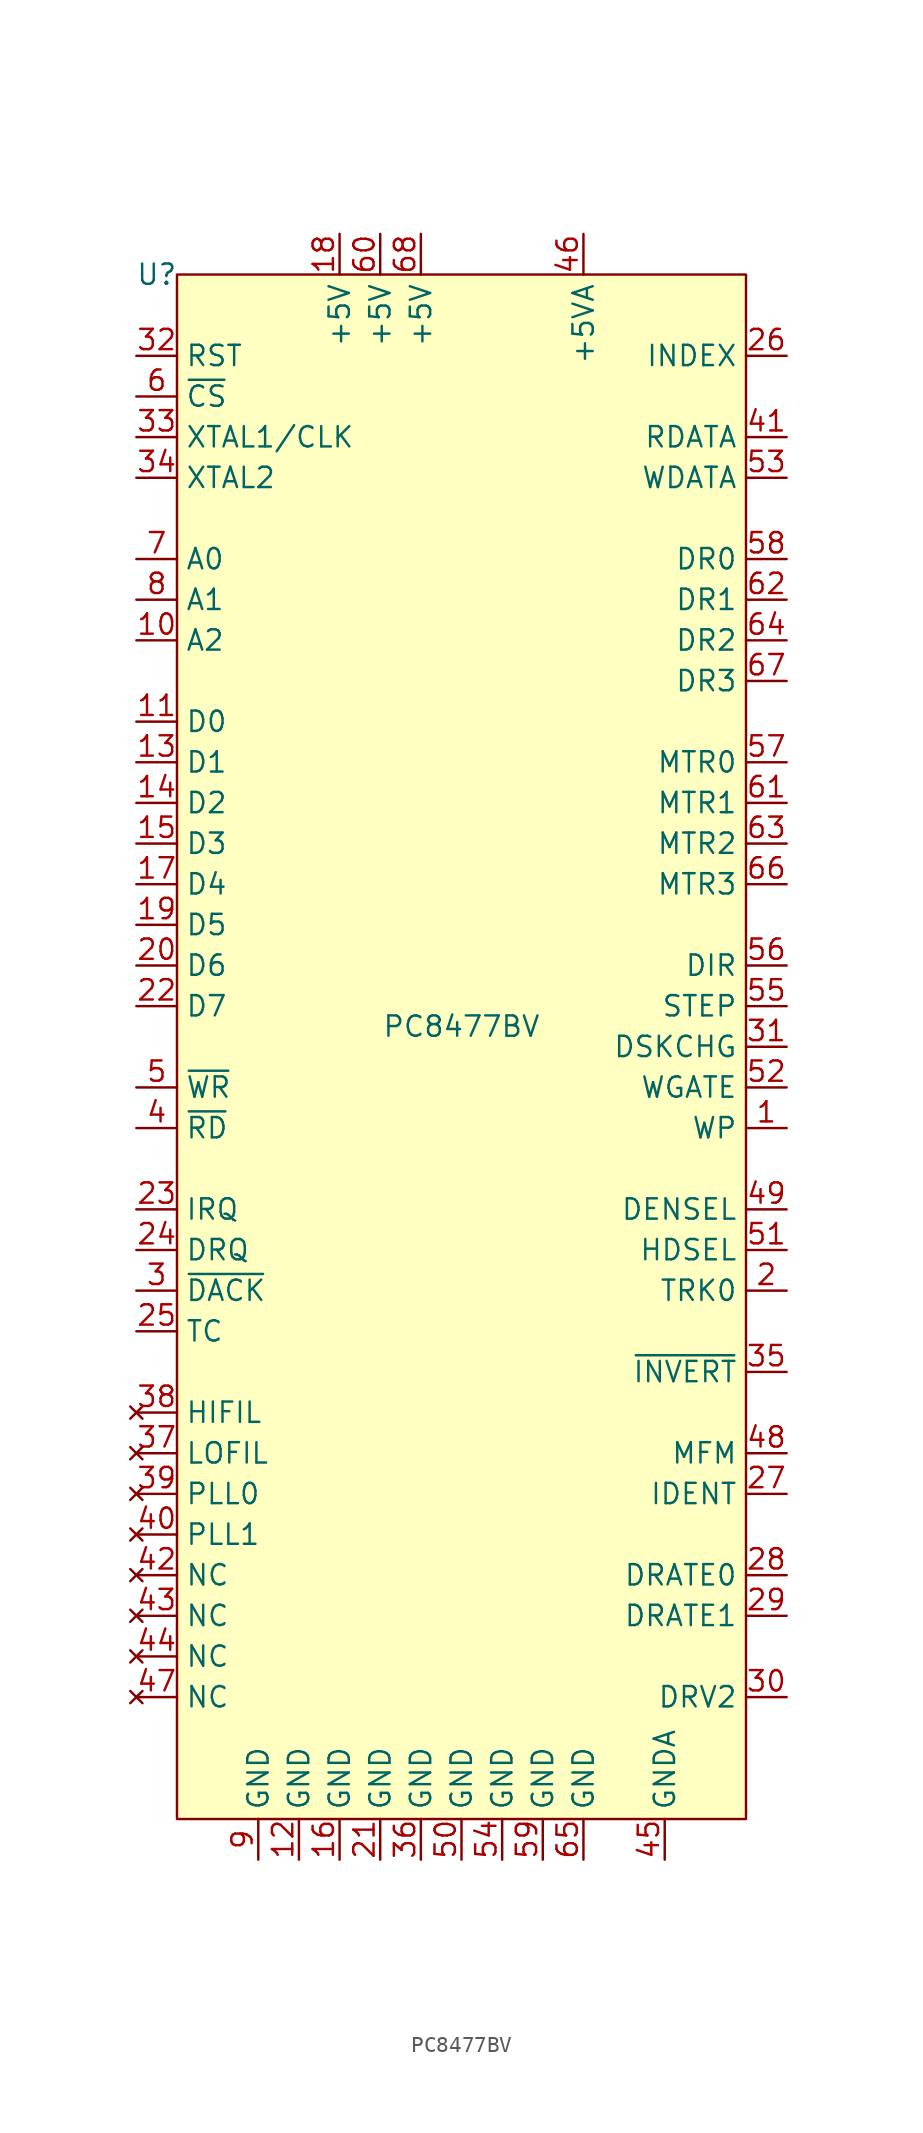
<source format=kicad_sym>
(kicad_symbol_lib
  (version 20220914)
  (generator kicad_symbol_editor)
  (symbol "PC8477BV"
    (property "Reference" "U"
      (at -19.05 45.72 0)
      (effects (font (size 1.27 1.27))))
    (property "Value" "PC8477BV"
      (at 0 -1.27 0)
      (effects (font (size 1.27 1.27))))
    (symbol "PC8477BV_1_1"
      (rectangle (start -17.78 45.72) (end 17.78 -50.8) (stroke (width 0) (type default)) (fill (type background)))
      (pin input line (at 20.32 -7.62 180) (length 2.54) (name "WP" (effects (font (size 1.27 1.27)))) (number "1" (effects (font (size 1.27 1.27)))))
      (pin input line (at -20.32 22.86 0) (length 2.54) (name "A2" (effects (font (size 1.27 1.27)))) (number "10" (effects (font (size 1.27 1.27)))))
      (pin bidirectional line (at -20.32 17.78 0) (length 2.54) (name "D0" (effects (font (size 1.27 1.27)))) (number "11" (effects (font (size 1.27 1.27)))))
      (pin power_in line (at -10.16 -53.34 90) (length 2.54) (name "GND" (effects (font (size 1.27 1.27)))) (number "12" (effects (font (size 1.27 1.27)))))
      (pin bidirectional line (at -20.32 15.24 0) (length 2.54) (name "D1" (effects (font (size 1.27 1.27)))) (number "13" (effects (font (size 1.27 1.27)))))
      (pin bidirectional line (at -20.32 12.7 0) (length 2.54) (name "D2" (effects (font (size 1.27 1.27)))) (number "14" (effects (font (size 1.27 1.27)))))
      (pin bidirectional line (at -20.32 10.16 0) (length 2.54) (name "D3" (effects (font (size 1.27 1.27)))) (number "15" (effects (font (size 1.27 1.27)))))
      (pin power_in line (at -7.62 -53.34 90) (length 2.54) (name "GND" (effects (font (size 1.27 1.27)))) (number "16" (effects (font (size 1.27 1.27)))))
      (pin bidirectional line (at -20.32 7.62 0) (length 2.54) (name "D4" (effects (font (size 1.27 1.27)))) (number "17" (effects (font (size 1.27 1.27)))))
      (pin power_in line (at -7.62 48.26 270) (length 2.54) (name "+5V" (effects (font (size 1.27 1.27)))) (number "18" (effects (font (size 1.27 1.27)))))
      (pin bidirectional line (at -20.32 5.08 0) (length 2.54) (name "D5" (effects (font (size 1.27 1.27)))) (number "19" (effects (font (size 1.27 1.27)))))
      (pin input line (at 20.32 -17.78 180) (length 2.54) (name "TRK0" (effects (font (size 1.27 1.27)))) (number "2" (effects (font (size 1.27 1.27)))))
      (pin bidirectional line (at -20.32 2.54 0) (length 2.54) (name "D6" (effects (font (size 1.27 1.27)))) (number "20" (effects (font (size 1.27 1.27)))))
      (pin power_in line (at -5.08 -53.34 90) (length 2.54) (name "GND" (effects (font (size 1.27 1.27)))) (number "21" (effects (font (size 1.27 1.27)))))
      (pin bidirectional line (at -20.32 0 0) (length 2.54) (name "D7" (effects (font (size 1.27 1.27)))) (number "22" (effects (font (size 1.27 1.27)))))
      (pin output line (at -20.32 -12.7 0) (length 2.54) (name "IRQ" (effects (font (size 1.27 1.27)))) (number "23" (effects (font (size 1.27 1.27)))))
      (pin output line (at -20.32 -15.24 0) (length 2.54) (name "DRQ" (effects (font (size 1.27 1.27)))) (number "24" (effects (font (size 1.27 1.27)))))
      (pin input line (at -20.32 -20.32 0) (length 2.54) (name "TC" (effects (font (size 1.27 1.27)))) (number "25" (effects (font (size 1.27 1.27)))))
      (pin input line (at 20.32 40.64 180) (length 2.54) (name "INDEX" (effects (font (size 1.27 1.27)))) (number "26" (effects (font (size 1.27 1.27)))))
      (pin input line (at 20.32 -30.48 180) (length 2.54) (name "IDENT" (effects (font (size 1.27 1.27)))) (number "27" (effects (font (size 1.27 1.27)))))
      (pin output line (at 20.32 -35.56 180) (length 2.54) (name "DRATE0" (effects (font (size 1.27 1.27)))) (number "28" (effects (font (size 1.27 1.27)))))
      (pin output line (at 20.32 -38.1 180) (length 2.54) (name "DRATE1" (effects (font (size 1.27 1.27)))) (number "29" (effects (font (size 1.27 1.27)))))
      (pin input line (at -20.32 -17.78 0) (length 2.54) (name "~{DACK}" (effects (font (size 1.27 1.27)))) (number "3" (effects (font (size 1.27 1.27)))))
      (pin input line (at 20.32 -43.18 180) (length 2.54) (name "DRV2" (effects (font (size 1.27 1.27)))) (number "30" (effects (font (size 1.27 1.27)))))
      (pin input line (at 20.32 -2.54 180) (length 2.54) (name "DSKCHG" (effects (font (size 1.27 1.27)))) (number "31" (effects (font (size 1.27 1.27)))))
      (pin input line (at -20.32 40.64 0) (length 2.54) (name "RST" (effects (font (size 1.27 1.27)))) (number "32" (effects (font (size 1.27 1.27)))))
      (pin input line (at -20.32 35.56 0) (length 2.54) (name "XTAL1/CLK" (effects (font (size 1.27 1.27)))) (number "33" (effects (font (size 1.27 1.27)))))
      (pin input line (at -20.32 33.02 0) (length 2.54) (name "XTAL2" (effects (font (size 1.27 1.27)))) (number "34" (effects (font (size 1.27 1.27)))))
      (pin input line (at 20.32 -22.86 180) (length 2.54) (name "~{INVERT}" (effects (font (size 1.27 1.27)))) (number "35" (effects (font (size 1.27 1.27)))))
      (pin power_in line (at -2.54 -53.34 90) (length 2.54) (name "GND" (effects (font (size 1.27 1.27)))) (number "36" (effects (font (size 1.27 1.27)))))
      (pin no_connect line (at -20.32 -27.94 0) (length 2.54) (name "LOFIL" (effects (font (size 1.27 1.27)))) (number "37" (effects (font (size 1.27 1.27)))))
      (pin no_connect line (at -20.32 -25.4 0) (length 2.54) (name "HIFIL" (effects (font (size 1.27 1.27)))) (number "38" (effects (font (size 1.27 1.27)))))
      (pin no_connect line (at -20.32 -30.48 0) (length 2.54) (name "PLL0" (effects (font (size 1.27 1.27)))) (number "39" (effects (font (size 1.27 1.27)))))
      (pin input line (at -20.32 -7.62 0) (length 2.54) (name "~{RD}" (effects (font (size 1.27 1.27)))) (number "4" (effects (font (size 1.27 1.27)))))
      (pin no_connect line (at -20.32 -33.02 0) (length 2.54) (name "PLL1" (effects (font (size 1.27 1.27)))) (number "40" (effects (font (size 1.27 1.27)))))
      (pin input line (at 20.32 35.56 180) (length 2.54) (name "RDATA" (effects (font (size 1.27 1.27)))) (number "41" (effects (font (size 1.27 1.27)))))
      (pin no_connect line (at -20.32 -35.56 0) (length 2.54) (name "NC" (effects (font (size 1.27 1.27)))) (number "42" (effects (font (size 1.27 1.27)))))
      (pin no_connect line (at -20.32 -38.1 0) (length 2.54) (name "NC" (effects (font (size 1.27 1.27)))) (number "43" (effects (font (size 1.27 1.27)))))
      (pin no_connect line (at -20.32 -40.64 0) (length 2.54) (name "NC" (effects (font (size 1.27 1.27)))) (number "44" (effects (font (size 1.27 1.27)))))
      (pin power_in line (at 12.7 -53.34 90) (length 2.54) (name "GNDA" (effects (font (size 1.27 1.27)))) (number "45" (effects (font (size 1.27 1.27)))))
      (pin power_in line (at 7.62 48.26 270) (length 2.54) (name "+5VA" (effects (font (size 1.27 1.27)))) (number "46" (effects (font (size 1.27 1.27)))))
      (pin no_connect line (at -20.32 -43.18 0) (length 2.54) (name "NC" (effects (font (size 1.27 1.27)))) (number "47" (effects (font (size 1.27 1.27)))))
      (pin bidirectional line (at 20.32 -27.94 180) (length 2.54) (name "MFM" (effects (font (size 1.27 1.27)))) (number "48" (effects (font (size 1.27 1.27)))))
      (pin output line (at 20.32 -12.7 180) (length 2.54) (name "DENSEL" (effects (font (size 1.27 1.27)))) (number "49" (effects (font (size 1.27 1.27)))))
      (pin input line (at -20.32 -5.08 0) (length 2.54) (name "~{WR}" (effects (font (size 1.27 1.27)))) (number "5" (effects (font (size 1.27 1.27)))))
      (pin power_in line (at 0 -53.34 90) (length 2.54) (name "GND" (effects (font (size 1.27 1.27)))) (number "50" (effects (font (size 1.27 1.27)))))
      (pin input line (at 20.32 -15.24 180) (length 2.54) (name "HDSEL" (effects (font (size 1.27 1.27)))) (number "51" (effects (font (size 1.27 1.27)))))
      (pin output line (at 20.32 -5.08 180) (length 2.54) (name "WGATE" (effects (font (size 1.27 1.27)))) (number "52" (effects (font (size 1.27 1.27)))))
      (pin output line (at 20.32 33.02 180) (length 2.54) (name "WDATA" (effects (font (size 1.27 1.27)))) (number "53" (effects (font (size 1.27 1.27)))))
      (pin power_in line (at 2.54 -53.34 90) (length 2.54) (name "GND" (effects (font (size 1.27 1.27)))) (number "54" (effects (font (size 1.27 1.27)))))
      (pin output line (at 20.32 0 180) (length 2.54) (name "STEP" (effects (font (size 1.27 1.27)))) (number "55" (effects (font (size 1.27 1.27)))))
      (pin output line (at 20.32 2.54 180) (length 2.54) (name "DIR" (effects (font (size 1.27 1.27)))) (number "56" (effects (font (size 1.27 1.27)))))
      (pin output line (at 20.32 15.24 180) (length 2.54) (name "MTR0" (effects (font (size 1.27 1.27)))) (number "57" (effects (font (size 1.27 1.27)))))
      (pin output line (at 20.32 27.94 180) (length 2.54) (name "DR0" (effects (font (size 1.27 1.27)))) (number "58" (effects (font (size 1.27 1.27)))))
      (pin power_in line (at 5.08 -53.34 90) (length 2.54) (name "GND" (effects (font (size 1.27 1.27)))) (number "59" (effects (font (size 1.27 1.27)))))
      (pin input line (at -20.32 38.1 0) (length 2.54) (name "~{CS}" (effects (font (size 1.27 1.27)))) (number "6" (effects (font (size 1.27 1.27)))))
      (pin power_in line (at -5.08 48.26 270) (length 2.54) (name "+5V" (effects (font (size 1.27 1.27)))) (number "60" (effects (font (size 1.27 1.27)))))
      (pin output line (at 20.32 12.7 180) (length 2.54) (name "MTR1" (effects (font (size 1.27 1.27)))) (number "61" (effects (font (size 1.27 1.27)))))
      (pin output line (at 20.32 25.4 180) (length 2.54) (name "DR1" (effects (font (size 1.27 1.27)))) (number "62" (effects (font (size 1.27 1.27)))))
      (pin output line (at 20.32 10.16 180) (length 2.54) (name "MTR2" (effects (font (size 1.27 1.27)))) (number "63" (effects (font (size 1.27 1.27)))))
      (pin output line (at 20.32 22.86 180) (length 2.54) (name "DR2" (effects (font (size 1.27 1.27)))) (number "64" (effects (font (size 1.27 1.27)))))
      (pin power_in line (at 7.62 -53.34 90) (length 2.54) (name "GND" (effects (font (size 1.27 1.27)))) (number "65" (effects (font (size 1.27 1.27)))))
      (pin output line (at 20.32 7.62 180) (length 2.54) (name "MTR3" (effects (font (size 1.27 1.27)))) (number "66" (effects (font (size 1.27 1.27)))))
      (pin output line (at 20.32 20.32 180) (length 2.54) (name "DR3" (effects (font (size 1.27 1.27)))) (number "67" (effects (font (size 1.27 1.27)))))
      (pin power_in line (at -2.54 48.26 270) (length 2.54) (name "+5V" (effects (font (size 1.27 1.27)))) (number "68" (effects (font (size 1.27 1.27)))))
      (pin input line (at -20.32 27.94 0) (length 2.54) (name "A0" (effects (font (size 1.27 1.27)))) (number "7" (effects (font (size 1.27 1.27)))))
      (pin input line (at -20.32 25.4 0) (length 2.54) (name "A1" (effects (font (size 1.27 1.27)))) (number "8" (effects (font (size 1.27 1.27)))))
      (pin power_in line (at -12.7 -53.34 90) (length 2.54) (name "GND" (effects (font (size 1.27 1.27)))) (number "9" (effects (font (size 1.27 1.27))))))))
</source>
